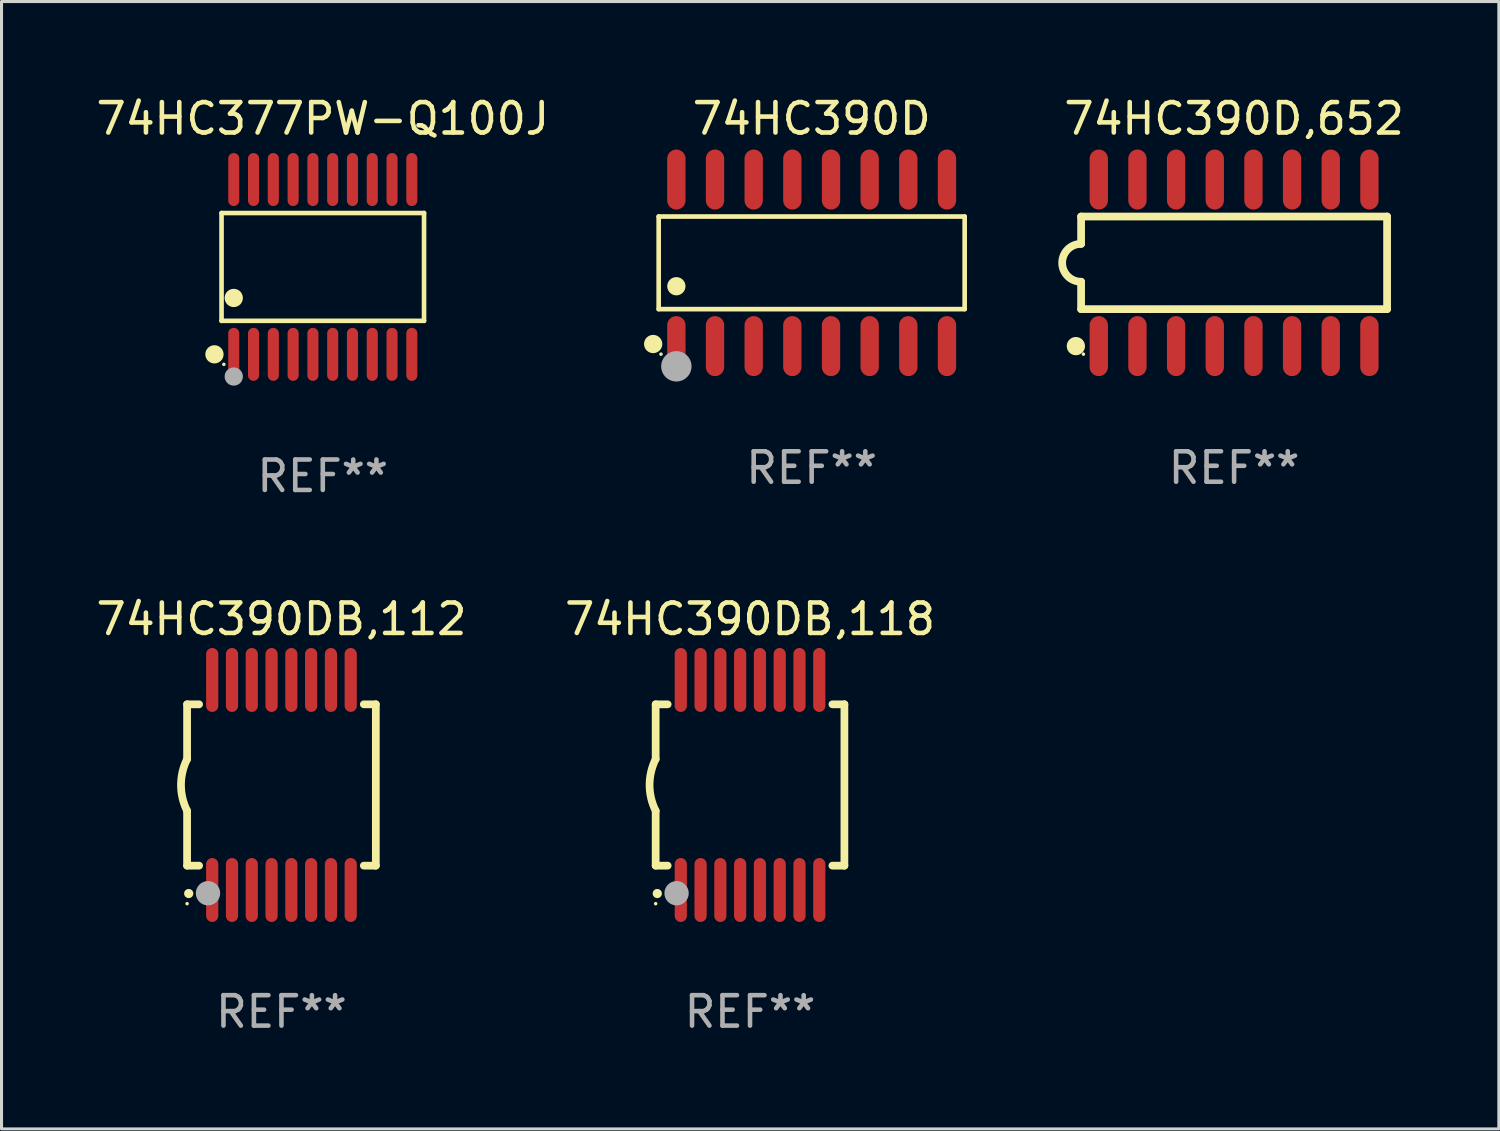
<source format=kicad_pcb>
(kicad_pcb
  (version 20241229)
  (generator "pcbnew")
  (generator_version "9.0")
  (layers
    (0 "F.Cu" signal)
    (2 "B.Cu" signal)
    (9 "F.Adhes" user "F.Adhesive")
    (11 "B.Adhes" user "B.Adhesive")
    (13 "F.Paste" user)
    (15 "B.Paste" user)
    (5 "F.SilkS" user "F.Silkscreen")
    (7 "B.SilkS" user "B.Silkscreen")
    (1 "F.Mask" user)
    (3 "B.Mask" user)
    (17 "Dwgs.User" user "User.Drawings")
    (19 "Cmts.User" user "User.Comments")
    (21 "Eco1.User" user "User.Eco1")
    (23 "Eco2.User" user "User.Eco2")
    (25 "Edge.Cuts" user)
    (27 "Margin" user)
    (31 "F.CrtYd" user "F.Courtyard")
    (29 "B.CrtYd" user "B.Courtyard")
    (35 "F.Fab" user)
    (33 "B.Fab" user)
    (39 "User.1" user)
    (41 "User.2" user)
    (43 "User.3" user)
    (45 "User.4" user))
  (footprint "74HC390D"
    (layer "F.Cu")
    (at 23.614 5.584)
    (property "Reference" "74HC390D" (at 0 -4.736 0) (layer "F.SilkS") (effects (font (size 1 1) (thickness 0.15))))
    (attr through_hole)
    (fp_line (start -5.026 -1.521) (end 5.026 -1.521) (stroke (width 0.152) (type solid)) (layer "F.SilkS"))
    (fp_line (start -5.026 1.521) (end -5.026 -1.521) (stroke (width 0.152) (type solid)) (layer "F.SilkS"))
    (fp_line (start 5.026 -1.521) (end 5.026 1.521) (stroke (width 0.152) (type solid)) (layer "F.SilkS"))
    (fp_line (start 5.026 1.521) (end -5.026 1.521) (stroke (width 0.152) (type solid)) (layer "F.SilkS"))
    (fp_circle (center -5.207 2.667) (end -5.057 2.667) (stroke (width 0.3) (type solid)) (fill no) (layer "F.SilkS"))
    (fp_circle (center -4.95 3) (end -4.92 3) (stroke (width 0.06) (type solid)) (fill no) (layer "F.SilkS"))
    (fp_circle (center -4.445 0.769) (end -4.295 0.769) (stroke (width 0.3) (type solid)) (fill no) (layer "F.SilkS"))
    (fp_circle (center -4.445 3.4) (end -4.195 3.4) (stroke (width 0.5) (type solid)) (fill no) (layer "F.Fab"))
    (fp_text user "REF**" (at 0 6.736 0) (layer "F.Fab") (effects (font (size 1 1) (thickness 0.15))))
    (pad "1" smd oval (at -4.445 2.736) (size 0.602 1.971) (layers "F.Cu" "F.Mask" "F.Paste"))
    (pad "2" smd oval (at -3.175 2.736) (size 0.602 1.971) (layers "F.Cu" "F.Mask" "F.Paste"))
    (pad "3" smd oval (at -1.905 2.736) (size 0.602 1.971) (layers "F.Cu" "F.Mask" "F.Paste"))
    (pad "4" smd oval (at -0.635 2.736) (size 0.602 1.971) (layers "F.Cu" "F.Mask" "F.Paste"))
    (pad "5" smd oval (at 0.635 2.736) (size 0.602 1.971) (layers "F.Cu" "F.Mask" "F.Paste"))
    (pad "6" smd oval (at 1.905 2.736) (size 0.602 1.971) (layers "F.Cu" "F.Mask" "F.Paste"))
    (pad "7" smd oval (at 3.175 2.736) (size 0.602 1.971) (layers "F.Cu" "F.Mask" "F.Paste"))
    (pad "8" smd oval (at 4.445 2.736) (size 0.602 1.971) (layers "F.Cu" "F.Mask" "F.Paste"))
    (pad "9" smd oval (at 4.445 -2.736) (size 0.602 1.971) (layers "F.Cu" "F.Mask" "F.Paste"))
    (pad "10" smd oval (at 3.175 -2.736) (size 0.602 1.971) (layers "F.Cu" "F.Mask" "F.Paste"))
    (pad "11" smd oval (at 1.905 -2.736) (size 0.602 1.971) (layers "F.Cu" "F.Mask" "F.Paste"))
    (pad "12" smd oval (at 0.635 -2.736) (size 0.602 1.971) (layers "F.Cu" "F.Mask" "F.Paste"))
    (pad "13" smd oval (at -0.635 -2.736) (size 0.602 1.971) (layers "F.Cu" "F.Mask" "F.Paste"))
    (pad "14" smd oval (at -1.905 -2.736) (size 0.602 1.971) (layers "F.Cu" "F.Mask" "F.Paste"))
    (pad "15" smd oval (at -3.175 -2.736) (size 0.602 1.971) (layers "F.Cu" "F.Mask" "F.Paste"))
    (pad "16" smd oval (at -4.445 -2.736) (size 0.602 1.971) (layers "F.Cu" "F.Mask" "F.Paste")))
  (footprint "74HC390DB,112"
    (layer "F.Cu")
    (at 6.196 22.737)
    (property "Reference" "74HC390DB,112" (at 0 -5.45 0) (layer "F.SilkS") (effects (font (size 1 1) (thickness 0.15))))
    (attr through_hole)
    (fp_line (start -3.1 -2.65) (end -3.1 -0.85) (stroke (width 0.254) (type solid)) (layer "F.SilkS"))
    (fp_line (start -3.1 -2.65) (end -2.706 -2.65) (stroke (width 0.254) (type solid)) (layer "F.SilkS"))
    (fp_line (start -3.1 2.65) (end -3.1 0.85) (stroke (width 0.254) (type solid)) (layer "F.SilkS"))
    (fp_line (start -3.1 2.65) (end -2.706 2.65) (stroke (width 0.254) (type solid)) (layer "F.SilkS"))
    (fp_line (start 2.706 -2.65) (end 3.1 -2.65) (stroke (width 0.254) (type solid)) (layer "F.SilkS"))
    (fp_line (start 2.706 2.65) (end 3.1 2.65) (stroke (width 0.254) (type solid)) (layer "F.SilkS"))
    (fp_line (start 3.1 -2.65) (end 3.1 2.65) (stroke (width 0.254) (type solid)) (layer "F.SilkS"))
    (fp_arc (start -3.098907 0.850902) (mid -3.300057 0.000523) (end -3.1 -0.850114) (stroke (width 0.254001) (type solid)) (layer "F.SilkS"))
    (fp_arc (start -3.048006 3.566066) (mid -3.046736 3.566061) (end -3.045466 3.566066) (stroke (width 0.3) (type solid)) (layer "F.SilkS"))
    (fp_circle (center -3.1 3.9) (end -3.07 3.9) (stroke (width 0.06) (type solid)) (fill no) (layer "F.SilkS"))
    (fp_circle (center -2.413 3.556) (end -2.213 3.556) (stroke (width 0.4) (type solid)) (fill no) (layer "F.Fab"))
    (fp_text user "REF**" (at 0 7.45 0) (layer "F.Fab") (effects (font (size 1 1) (thickness 0.15))))
    (pad "1" smd oval (at -2.275 3.45 180) (size 0.4 2.1) (layers "F.Cu" "F.Mask" "F.Paste"))
    (pad "2" smd oval (at -1.625 3.45 180) (size 0.4 2.1) (layers "F.Cu" "F.Mask" "F.Paste"))
    (pad "3" smd oval (at -0.975 3.45 180) (size 0.4 2.1) (layers "F.Cu" "F.Mask" "F.Paste"))
    (pad "4" smd oval (at -0.325 3.45 180) (size 0.4 2.1) (layers "F.Cu" "F.Mask" "F.Paste"))
    (pad "5" smd oval (at 0.325 3.45 180) (size 0.4 2.1) (layers "F.Cu" "F.Mask" "F.Paste"))
    (pad "6" smd oval (at 0.975 3.45 180) (size 0.4 2.1) (layers "F.Cu" "F.Mask" "F.Paste"))
    (pad "7" smd oval (at 1.625 3.45 180) (size 0.4 2.1) (layers "F.Cu" "F.Mask" "F.Paste"))
    (pad "8" smd oval (at 2.275 3.45 180) (size 0.4 2.1) (layers "F.Cu" "F.Mask" "F.Paste"))
    (pad "9" smd oval (at 2.275 -3.45 180) (size 0.4 2.1) (layers "F.Cu" "F.Mask" "F.Paste"))
    (pad "10" smd oval (at 1.625 -3.45 180) (size 0.4 2.1) (layers "F.Cu" "F.Mask" "F.Paste"))
    (pad "11" smd oval (at 0.975 -3.45 180) (size 0.4 2.1) (layers "F.Cu" "F.Mask" "F.Paste"))
    (pad "12" smd oval (at 0.325 -3.45 180) (size 0.4 2.1) (layers "F.Cu" "F.Mask" "F.Paste"))
    (pad "13" smd oval (at -0.325 -3.45 180) (size 0.4 2.1) (layers "F.Cu" "F.Mask" "F.Paste"))
    (pad "14" smd oval (at -0.975 -3.45 180) (size 0.4 2.1) (layers "F.Cu" "F.Mask" "F.Paste"))
    (pad "15" smd oval (at -1.625 -3.45 180) (size 0.4 2.1) (layers "F.Cu" "F.Mask" "F.Paste"))
    (pad "16" smd oval (at -2.275 -3.45 180) (size 0.4 2.1) (layers "F.Cu" "F.Mask" "F.Paste")))
  (footprint "74HC377PW-Q100J"
    (layer "F.Cu")
    (at 7.554 5.719)
    (property "Reference" "74HC377PW-Q100J" (at 0 -4.871 0) (layer "F.SilkS") (effects (font (size 1 1) (thickness 0.15))))
    (attr through_hole)
    (fp_line (start -3.326 -1.771) (end 3.326 -1.771) (stroke (width 0.152) (type solid)) (layer "F.SilkS"))
    (fp_line (start -3.326 1.771) (end -3.326 -1.771) (stroke (width 0.152) (type solid)) (layer "F.SilkS"))
    (fp_line (start 3.326 -1.771) (end 3.326 1.771) (stroke (width 0.152) (type solid)) (layer "F.SilkS"))
    (fp_line (start 3.326 1.771) (end -3.326 1.771) (stroke (width 0.152) (type solid)) (layer "F.SilkS"))
    (fp_circle (center -3.559 2.871) (end -3.409 2.871) (stroke (width 0.3) (type solid)) (fill no) (layer "F.SilkS"))
    (fp_circle (center -3.25 3.2) (end -3.22 3.2) (stroke (width 0.06) (type solid)) (fill no) (layer "F.SilkS"))
    (fp_circle (center -2.925 1.019) (end -2.775 1.019) (stroke (width 0.3) (type solid)) (fill no) (layer "F.SilkS"))
    (fp_circle (center -2.925 3.6) (end -2.775 3.6) (stroke (width 0.3) (type solid)) (fill no) (layer "F.Fab"))
    (fp_text user "REF**" (at 0 6.871 0) (layer "F.Fab") (effects (font (size 1 1) (thickness 0.15))))
    (pad "1" smd oval (at -2.925 2.871) (size 0.364 1.742) (layers "F.Cu" "F.Mask" "F.Paste"))
    (pad "2" smd oval (at -2.275 2.871) (size 0.364 1.742) (layers "F.Cu" "F.Mask" "F.Paste"))
    (pad "3" smd oval (at -1.625 2.871) (size 0.364 1.742) (layers "F.Cu" "F.Mask" "F.Paste"))
    (pad "4" smd oval (at -0.975 2.871) (size 0.364 1.742) (layers "F.Cu" "F.Mask" "F.Paste"))
    (pad "5" smd oval (at -0.325 2.871) (size 0.364 1.742) (layers "F.Cu" "F.Mask" "F.Paste"))
    (pad "6" smd oval (at 0.325 2.871) (size 0.364 1.742) (layers "F.Cu" "F.Mask" "F.Paste"))
    (pad "7" smd oval (at 0.975 2.871) (size 0.364 1.742) (layers "F.Cu" "F.Mask" "F.Paste"))
    (pad "8" smd oval (at 1.625 2.871) (size 0.364 1.742) (layers "F.Cu" "F.Mask" "F.Paste"))
    (pad "9" smd oval (at 2.275 2.871) (size 0.364 1.742) (layers "F.Cu" "F.Mask" "F.Paste"))
    (pad "10" smd oval (at 2.925 2.871) (size 0.364 1.742) (layers "F.Cu" "F.Mask" "F.Paste"))
    (pad "11" smd oval (at 2.925 -2.871) (size 0.364 1.742) (layers "F.Cu" "F.Mask" "F.Paste"))
    (pad "12" smd oval (at 2.275 -2.871) (size 0.364 1.742) (layers "F.Cu" "F.Mask" "F.Paste"))
    (pad "13" smd oval (at 1.625 -2.871) (size 0.364 1.742) (layers "F.Cu" "F.Mask" "F.Paste"))
    (pad "14" smd oval (at 0.975 -2.871) (size 0.364 1.742) (layers "F.Cu" "F.Mask" "F.Paste"))
    (pad "15" smd oval (at 0.325 -2.871) (size 0.364 1.742) (layers "F.Cu" "F.Mask" "F.Paste"))
    (pad "16" smd oval (at -0.325 -2.871) (size 0.364 1.742) (layers "F.Cu" "F.Mask" "F.Paste"))
    (pad "17" smd oval (at -0.975 -2.871) (size 0.364 1.742) (layers "F.Cu" "F.Mask" "F.Paste"))
    (pad "18" smd oval (at -1.625 -2.871) (size 0.364 1.742) (layers "F.Cu" "F.Mask" "F.Paste"))
    (pad "19" smd oval (at -2.275 -2.871) (size 0.364 1.742) (layers "F.Cu" "F.Mask" "F.Paste"))
    (pad "20" smd oval (at -2.925 -2.871) (size 0.364 1.742) (layers "F.Cu" "F.Mask" "F.Paste")))
  (footprint "74HC390D,652"
    (layer "F.Cu")
    (at 37.491 5.584)
    (property "Reference" "74HC390D,652" (at 0 -4.736 0) (layer "F.SilkS") (effects (font (size 1 1) (thickness 0.15))))
    (attr through_hole)
    (fp_line (start -5.026 -1.521) (end -5.026 -0.621) (stroke (width 0.254) (type solid)) (layer "F.SilkS"))
    (fp_line (start -5.026 -1.521) (end 5.026 -1.521) (stroke (width 0.254) (type solid)) (layer "F.SilkS"))
    (fp_line (start -5.026 1.521) (end -5.026 0.621) (stroke (width 0.254) (type solid)) (layer "F.SilkS"))
    (fp_line (start 5.026 -1.521) (end 5.026 1.521) (stroke (width 0.254) (type solid)) (layer "F.SilkS"))
    (fp_line (start 5.026 1.521) (end -5.026 1.521) (stroke (width 0.254) (type solid)) (layer "F.SilkS"))
    (fp_arc (start -5.026187 0.621387) (mid -5.647752 -0.000787) (end -5.025781 -0.622555) (stroke (width 0.254001) (type solid)) (layer "F.SilkS"))
    (fp_circle (center -5.198 2.736) (end -5.048 2.736) (stroke (width 0.3) (type solid)) (fill no) (layer "F.SilkS"))
    (fp_circle (center -4.95 3) (end -4.92 3) (stroke (width 0.06) (type solid)) (fill no) (layer "F.SilkS"))
    (fp_text user "REF**" (at 0 6.736 0) (layer "F.Fab") (effects (font (size 1 1) (thickness 0.15))))
    (pad "1" smd oval (at -4.445 2.736) (size 0.602 1.971) (layers "F.Cu" "F.Mask" "F.Paste"))
    (pad "2" smd oval (at -3.175 2.736) (size 0.602 1.971) (layers "F.Cu" "F.Mask" "F.Paste"))
    (pad "3" smd oval (at -1.905 2.736) (size 0.602 1.971) (layers "F.Cu" "F.Mask" "F.Paste"))
    (pad "4" smd oval (at -0.635 2.736) (size 0.602 1.971) (layers "F.Cu" "F.Mask" "F.Paste"))
    (pad "5" smd oval (at 0.635 2.736) (size 0.602 1.971) (layers "F.Cu" "F.Mask" "F.Paste"))
    (pad "6" smd oval (at 1.905 2.736) (size 0.602 1.971) (layers "F.Cu" "F.Mask" "F.Paste"))
    (pad "7" smd oval (at 3.175 2.736) (size 0.602 1.971) (layers "F.Cu" "F.Mask" "F.Paste"))
    (pad "8" smd oval (at 4.445 2.736) (size 0.602 1.971) (layers "F.Cu" "F.Mask" "F.Paste"))
    (pad "9" smd oval (at 4.445 -2.736) (size 0.602 1.971) (layers "F.Cu" "F.Mask" "F.Paste"))
    (pad "10" smd oval (at 3.175 -2.736) (size 0.602 1.971) (layers "F.Cu" "F.Mask" "F.Paste"))
    (pad "11" smd oval (at 1.905 -2.736) (size 0.602 1.971) (layers "F.Cu" "F.Mask" "F.Paste"))
    (pad "12" smd oval (at 0.635 -2.736) (size 0.602 1.971) (layers "F.Cu" "F.Mask" "F.Paste"))
    (pad "13" smd oval (at -0.635 -2.736) (size 0.602 1.971) (layers "F.Cu" "F.Mask" "F.Paste"))
    (pad "14" smd oval (at -1.905 -2.736) (size 0.602 1.971) (layers "F.Cu" "F.Mask" "F.Paste"))
    (pad "15" smd oval (at -3.175 -2.736) (size 0.602 1.971) (layers "F.Cu" "F.Mask" "F.Paste"))
    (pad "16" smd oval (at -4.445 -2.736) (size 0.602 1.971) (layers "F.Cu" "F.Mask" "F.Paste")))
  (footprint "74HC390DB,118"
    (layer "F.Cu")
    (at 21.589 22.737)
    (property "Reference" "74HC390DB,118" (at 0 -5.45 0) (layer "F.SilkS") (effects (font (size 1 1) (thickness 0.15))))
    (attr through_hole)
    (fp_line (start -3.1 -2.65) (end -3.1 -0.85) (stroke (width 0.254) (type solid)) (layer "F.SilkS"))
    (fp_line (start -3.1 -2.65) (end -2.706 -2.65) (stroke (width 0.254) (type solid)) (layer "F.SilkS"))
    (fp_line (start -3.1 2.65) (end -3.1 0.85) (stroke (width 0.254) (type solid)) (layer "F.SilkS"))
    (fp_line (start -3.1 2.65) (end -2.706 2.65) (stroke (width 0.254) (type solid)) (layer "F.SilkS"))
    (fp_line (start 2.706 -2.65) (end 3.1 -2.65) (stroke (width 0.254) (type solid)) (layer "F.SilkS"))
    (fp_line (start 2.706 2.65) (end 3.1 2.65) (stroke (width 0.254) (type solid)) (layer "F.SilkS"))
    (fp_line (start 3.1 -2.65) (end 3.1 2.65) (stroke (width 0.254) (type solid)) (layer "F.SilkS"))
    (fp_arc (start -3.098907 0.850902) (mid -3.300057 0.000523) (end -3.1 -0.850114) (stroke (width 0.254001) (type solid)) (layer "F.SilkS"))
    (fp_arc (start -3.048006 3.566066) (mid -3.046736 3.566061) (end -3.045466 3.566066) (stroke (width 0.3) (type solid)) (layer "F.SilkS"))
    (fp_circle (center -3.1 3.9) (end -3.07 3.9) (stroke (width 0.06) (type solid)) (fill no) (layer "F.SilkS"))
    (fp_circle (center -2.413 3.556) (end -2.213 3.556) (stroke (width 0.4) (type solid)) (fill no) (layer "F.Fab"))
    (fp_text user "REF**" (at 0 7.45 0) (layer "F.Fab") (effects (font (size 1 1) (thickness 0.15))))
    (pad "1" smd oval (at -2.275 3.45 180) (size 0.4 2.1) (layers "F.Cu" "F.Mask" "F.Paste"))
    (pad "2" smd oval (at -1.625 3.45 180) (size 0.4 2.1) (layers "F.Cu" "F.Mask" "F.Paste"))
    (pad "3" smd oval (at -0.975 3.45 180) (size 0.4 2.1) (layers "F.Cu" "F.Mask" "F.Paste"))
    (pad "4" smd oval (at -0.325 3.45 180) (size 0.4 2.1) (layers "F.Cu" "F.Mask" "F.Paste"))
    (pad "5" smd oval (at 0.325 3.45 180) (size 0.4 2.1) (layers "F.Cu" "F.Mask" "F.Paste"))
    (pad "6" smd oval (at 0.975 3.45 180) (size 0.4 2.1) (layers "F.Cu" "F.Mask" "F.Paste"))
    (pad "7" smd oval (at 1.625 3.45 180) (size 0.4 2.1) (layers "F.Cu" "F.Mask" "F.Paste"))
    (pad "8" smd oval (at 2.275 3.45 180) (size 0.4 2.1) (layers "F.Cu" "F.Mask" "F.Paste"))
    (pad "9" smd oval (at 2.275 -3.45 180) (size 0.4 2.1) (layers "F.Cu" "F.Mask" "F.Paste"))
    (pad "10" smd oval (at 1.625 -3.45 180) (size 0.4 2.1) (layers "F.Cu" "F.Mask" "F.Paste"))
    (pad "11" smd oval (at 0.975 -3.45 180) (size 0.4 2.1) (layers "F.Cu" "F.Mask" "F.Paste"))
    (pad "12" smd oval (at 0.325 -3.45 180) (size 0.4 2.1) (layers "F.Cu" "F.Mask" "F.Paste"))
    (pad "13" smd oval (at -0.325 -3.45 180) (size 0.4 2.1) (layers "F.Cu" "F.Mask" "F.Paste"))
    (pad "14" smd oval (at -0.975 -3.45 180) (size 0.4 2.1) (layers "F.Cu" "F.Mask" "F.Paste"))
    (pad "15" smd oval (at -1.625 -3.45 180) (size 0.4 2.1) (layers "F.Cu" "F.Mask" "F.Paste"))
    (pad "16" smd oval (at -2.275 -3.45 180) (size 0.4 2.1) (layers "F.Cu" "F.Mask" "F.Paste")))
  (gr_rect
    (start -3 -3)
    (end 46.188 34.035)
    (stroke (width 0.1) (type default))
    (fill no)
    (layer "Edge.Cuts")))
</source>
